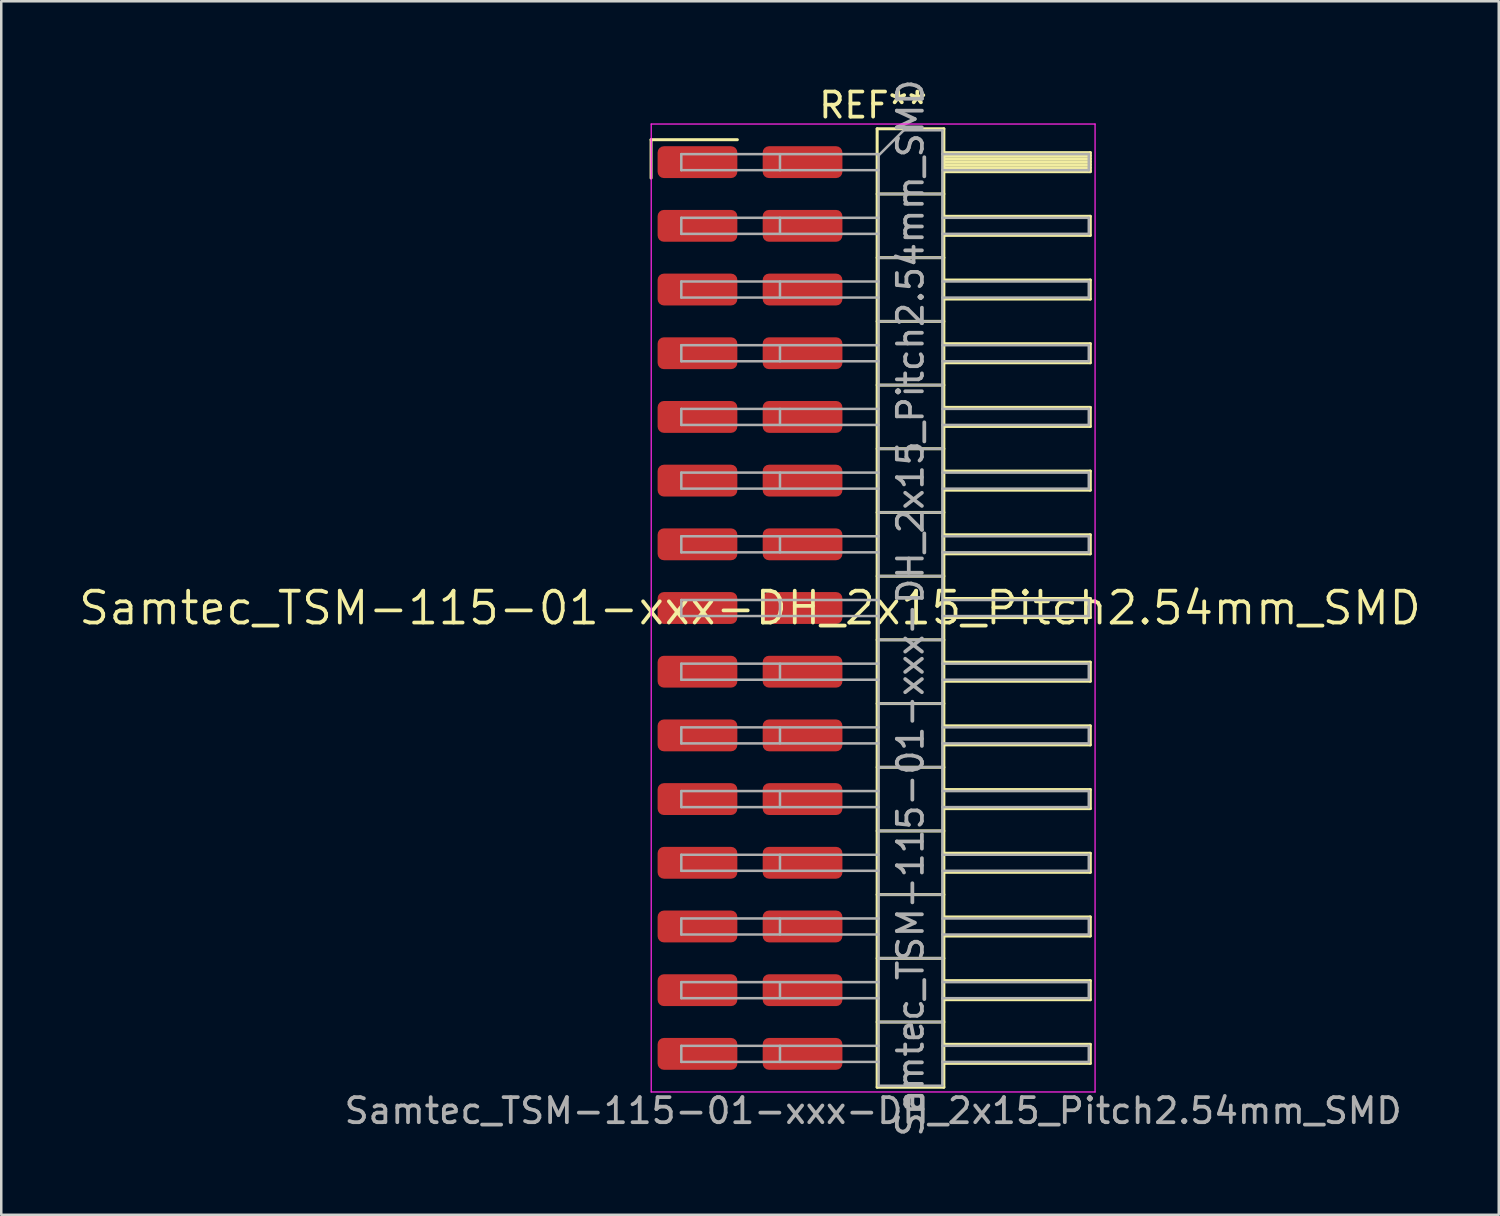
<source format=kicad_pcb>
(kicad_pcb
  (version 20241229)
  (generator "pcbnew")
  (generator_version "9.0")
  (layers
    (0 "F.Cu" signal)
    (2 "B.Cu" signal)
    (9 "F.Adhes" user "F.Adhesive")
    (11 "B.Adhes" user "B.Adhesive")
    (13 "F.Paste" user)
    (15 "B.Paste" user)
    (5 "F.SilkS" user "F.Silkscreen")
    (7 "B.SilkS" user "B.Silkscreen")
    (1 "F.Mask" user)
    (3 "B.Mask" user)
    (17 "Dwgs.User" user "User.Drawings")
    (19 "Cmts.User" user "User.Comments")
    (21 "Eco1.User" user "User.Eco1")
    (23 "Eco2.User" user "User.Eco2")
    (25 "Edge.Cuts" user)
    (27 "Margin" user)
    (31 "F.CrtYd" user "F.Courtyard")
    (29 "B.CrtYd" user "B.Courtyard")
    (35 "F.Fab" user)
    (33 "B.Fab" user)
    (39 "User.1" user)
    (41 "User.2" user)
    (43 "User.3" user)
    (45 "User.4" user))
  (footprint "Samtec_TSM-115-01-xxx-DH_2x15_Pitch2.54mm_SMD"
    (layer "F.Cu")
    (at 26.859 21.196)
    (property "Reference" "Samtec_TSM-115-01-xxx-DH_2x15_Pitch2.54mm_SMD" (at 0 0 0) (layer "F.SilkS") (effects (font (size 1.27 1.27) (thickness 0.15))))
    (attr smd)
    (fp_line (start -3.945 -18.675) (end -0.505 -18.675) (stroke (width 0.12) (type solid)) (layer "F.SilkS"))
    (fp_line (start -3.945 -17.145) (end -3.945 -18.675) (stroke (width 0.12) (type solid)) (layer "F.SilkS"))
    (fp_line (start 5.07 -19.11) (end 7.73 -19.11) (stroke (width 0.12) (type solid)) (layer "F.SilkS"))
    (fp_line (start 5.07 -16.51) (end 7.73 -16.51) (stroke (width 0.12) (type solid)) (layer "F.SilkS"))
    (fp_line (start 5.07 -13.97) (end 7.73 -13.97) (stroke (width 0.12) (type solid)) (layer "F.SilkS"))
    (fp_line (start 5.07 -11.43) (end 7.73 -11.43) (stroke (width 0.12) (type solid)) (layer "F.SilkS"))
    (fp_line (start 5.07 -8.89) (end 7.73 -8.89) (stroke (width 0.12) (type solid)) (layer "F.SilkS"))
    (fp_line (start 5.07 -6.35) (end 7.73 -6.35) (stroke (width 0.12) (type solid)) (layer "F.SilkS"))
    (fp_line (start 5.07 -3.81) (end 7.73 -3.81) (stroke (width 0.12) (type solid)) (layer "F.SilkS"))
    (fp_line (start 5.07 -1.27) (end 7.73 -1.27) (stroke (width 0.12) (type solid)) (layer "F.SilkS"))
    (fp_line (start 5.07 1.27) (end 7.73 1.27) (stroke (width 0.12) (type solid)) (layer "F.SilkS"))
    (fp_line (start 5.07 3.81) (end 7.73 3.81) (stroke (width 0.12) (type solid)) (layer "F.SilkS"))
    (fp_line (start 5.07 6.35) (end 7.73 6.35) (stroke (width 0.12) (type solid)) (layer "F.SilkS"))
    (fp_line (start 5.07 8.89) (end 7.73 8.89) (stroke (width 0.12) (type solid)) (layer "F.SilkS"))
    (fp_line (start 5.07 11.43) (end 7.73 11.43) (stroke (width 0.12) (type solid)) (layer "F.SilkS"))
    (fp_line (start 5.07 13.97) (end 7.73 13.97) (stroke (width 0.12) (type solid)) (layer "F.SilkS"))
    (fp_line (start 5.07 16.51) (end 7.73 16.51) (stroke (width 0.12) (type solid)) (layer "F.SilkS"))
    (fp_line (start 5.07 19.11) (end 5.07 -19.11) (stroke (width 0.12) (type solid)) (layer "F.SilkS"))
    (fp_line (start 7.73 -19.11) (end 7.73 19.11) (stroke (width 0.12) (type solid)) (layer "F.SilkS"))
    (fp_line (start 7.73 -18.16) (end 13.57 -18.16) (stroke (width 0.12) (type solid)) (layer "F.SilkS"))
    (fp_line (start 7.73 -18.04) (end 13.57 -18.04) (stroke (width 0.12) (type solid)) (layer "F.SilkS"))
    (fp_line (start 7.73 -17.92) (end 13.57 -17.92) (stroke (width 0.12) (type solid)) (layer "F.SilkS"))
    (fp_line (start 7.73 -17.8) (end 13.57 -17.8) (stroke (width 0.12) (type solid)) (layer "F.SilkS"))
    (fp_line (start 7.73 -17.68) (end 13.57 -17.68) (stroke (width 0.12) (type solid)) (layer "F.SilkS"))
    (fp_line (start 7.73 -17.56) (end 13.57 -17.56) (stroke (width 0.12) (type solid)) (layer "F.SilkS"))
    (fp_line (start 7.73 -17.44) (end 13.57 -17.44) (stroke (width 0.12) (type solid)) (layer "F.SilkS"))
    (fp_line (start 7.73 -17.4) (end 13.57 -17.4) (stroke (width 0.12) (type solid)) (layer "F.SilkS"))
    (fp_line (start 7.73 -15.62) (end 13.57 -15.62) (stroke (width 0.12) (type solid)) (layer "F.SilkS"))
    (fp_line (start 7.73 -14.86) (end 13.57 -14.86) (stroke (width 0.12) (type solid)) (layer "F.SilkS"))
    (fp_line (start 7.73 -13.08) (end 13.57 -13.08) (stroke (width 0.12) (type solid)) (layer "F.SilkS"))
    (fp_line (start 7.73 -12.32) (end 13.57 -12.32) (stroke (width 0.12) (type solid)) (layer "F.SilkS"))
    (fp_line (start 7.73 -10.54) (end 13.57 -10.54) (stroke (width 0.12) (type solid)) (layer "F.SilkS"))
    (fp_line (start 7.73 -9.78) (end 13.57 -9.78) (stroke (width 0.12) (type solid)) (layer "F.SilkS"))
    (fp_line (start 7.73 -8) (end 13.57 -8) (stroke (width 0.12) (type solid)) (layer "F.SilkS"))
    (fp_line (start 7.73 -7.24) (end 13.57 -7.24) (stroke (width 0.12) (type solid)) (layer "F.SilkS"))
    (fp_line (start 7.73 -5.46) (end 13.57 -5.46) (stroke (width 0.12) (type solid)) (layer "F.SilkS"))
    (fp_line (start 7.73 -4.7) (end 13.57 -4.7) (stroke (width 0.12) (type solid)) (layer "F.SilkS"))
    (fp_line (start 7.73 -2.92) (end 13.57 -2.92) (stroke (width 0.12) (type solid)) (layer "F.SilkS"))
    (fp_line (start 7.73 -2.16) (end 13.57 -2.16) (stroke (width 0.12) (type solid)) (layer "F.SilkS"))
    (fp_line (start 7.73 -0.38) (end 13.57 -0.38) (stroke (width 0.12) (type solid)) (layer "F.SilkS"))
    (fp_line (start 7.73 0.38) (end 13.57 0.38) (stroke (width 0.12) (type solid)) (layer "F.SilkS"))
    (fp_line (start 7.73 2.16) (end 13.57 2.16) (stroke (width 0.12) (type solid)) (layer "F.SilkS"))
    (fp_line (start 7.73 2.92) (end 13.57 2.92) (stroke (width 0.12) (type solid)) (layer "F.SilkS"))
    (fp_line (start 7.73 4.7) (end 13.57 4.7) (stroke (width 0.12) (type solid)) (layer "F.SilkS"))
    (fp_line (start 7.73 5.46) (end 13.57 5.46) (stroke (width 0.12) (type solid)) (layer "F.SilkS"))
    (fp_line (start 7.73 7.24) (end 13.57 7.24) (stroke (width 0.12) (type solid)) (layer "F.SilkS"))
    (fp_line (start 7.73 8) (end 13.57 8) (stroke (width 0.12) (type solid)) (layer "F.SilkS"))
    (fp_line (start 7.73 9.78) (end 13.57 9.78) (stroke (width 0.12) (type solid)) (layer "F.SilkS"))
    (fp_line (start 7.73 10.54) (end 13.57 10.54) (stroke (width 0.12) (type solid)) (layer "F.SilkS"))
    (fp_line (start 7.73 12.32) (end 13.57 12.32) (stroke (width 0.12) (type solid)) (layer "F.SilkS"))
    (fp_line (start 7.73 13.08) (end 13.57 13.08) (stroke (width 0.12) (type solid)) (layer "F.SilkS"))
    (fp_line (start 7.73 14.86) (end 13.57 14.86) (stroke (width 0.12) (type solid)) (layer "F.SilkS"))
    (fp_line (start 7.73 15.62) (end 13.57 15.62) (stroke (width 0.12) (type solid)) (layer "F.SilkS"))
    (fp_line (start 7.73 17.4) (end 13.57 17.4) (stroke (width 0.12) (type solid)) (layer "F.SilkS"))
    (fp_line (start 7.73 18.16) (end 13.57 18.16) (stroke (width 0.12) (type solid)) (layer "F.SilkS"))
    (fp_line (start 7.73 19.11) (end 5.07 19.11) (stroke (width 0.12) (type solid)) (layer "F.SilkS"))
    (fp_line (start 13.57 -18.16) (end 13.57 -17.4) (stroke (width 0.12) (type solid)) (layer "F.SilkS"))
    (fp_line (start 13.57 -15.62) (end 13.57 -14.86) (stroke (width 0.12) (type solid)) (layer "F.SilkS"))
    (fp_line (start 13.57 -13.08) (end 13.57 -12.32) (stroke (width 0.12) (type solid)) (layer "F.SilkS"))
    (fp_line (start 13.57 -10.54) (end 13.57 -9.78) (stroke (width 0.12) (type solid)) (layer "F.SilkS"))
    (fp_line (start 13.57 -8) (end 13.57 -7.24) (stroke (width 0.12) (type solid)) (layer "F.SilkS"))
    (fp_line (start 13.57 -5.46) (end 13.57 -4.7) (stroke (width 0.12) (type solid)) (layer "F.SilkS"))
    (fp_line (start 13.57 -2.92) (end 13.57 -2.16) (stroke (width 0.12) (type solid)) (layer "F.SilkS"))
    (fp_line (start 13.57 -0.38) (end 13.57 0.38) (stroke (width 0.12) (type solid)) (layer "F.SilkS"))
    (fp_line (start 13.57 2.16) (end 13.57 2.92) (stroke (width 0.12) (type solid)) (layer "F.SilkS"))
    (fp_line (start 13.57 4.7) (end 13.57 5.46) (stroke (width 0.12) (type solid)) (layer "F.SilkS"))
    (fp_line (start 13.57 7.24) (end 13.57 8) (stroke (width 0.12) (type solid)) (layer "F.SilkS"))
    (fp_line (start 13.57 9.78) (end 13.57 10.54) (stroke (width 0.12) (type solid)) (layer "F.SilkS"))
    (fp_line (start 13.57 12.32) (end 13.57 13.08) (stroke (width 0.12) (type solid)) (layer "F.SilkS"))
    (fp_line (start 13.57 14.86) (end 13.57 15.62) (stroke (width 0.12) (type solid)) (layer "F.SilkS"))
    (fp_line (start 13.57 17.4) (end 13.57 18.16) (stroke (width 0.12) (type solid)) (layer "F.SilkS"))
    (fp_line (start -3.94 -19.3) (end 13.76 -19.3) (stroke (width 0.05) (type solid)) (layer "F.CrtYd"))
    (fp_line (start -3.94 19.3) (end -3.94 -19.3) (stroke (width 0.05) (type solid)) (layer "F.CrtYd"))
    (fp_line (start 13.76 -19.3) (end 13.76 19.3) (stroke (width 0.05) (type solid)) (layer "F.CrtYd"))
    (fp_line (start 13.76 19.3) (end -3.94 19.3) (stroke (width 0.05) (type solid)) (layer "F.CrtYd"))
    (fp_line (start -2.74 -18.1) (end -2.74 -17.46) (stroke (width 0.1) (type solid)) (layer "F.Fab"))
    (fp_line (start -2.74 -18.1) (end 5.13 -18.1) (stroke (width 0.1) (type solid)) (layer "F.Fab"))
    (fp_line (start -2.74 -17.46) (end 5.13 -17.46) (stroke (width 0.1) (type solid)) (layer "F.Fab"))
    (fp_line (start -2.74 -15.56) (end -2.74 -14.92) (stroke (width 0.1) (type solid)) (layer "F.Fab"))
    (fp_line (start -2.74 -15.56) (end 5.13 -15.56) (stroke (width 0.1) (type solid)) (layer "F.Fab"))
    (fp_line (start -2.74 -14.92) (end 5.13 -14.92) (stroke (width 0.1) (type solid)) (layer "F.Fab"))
    (fp_line (start -2.74 -13.02) (end -2.74 -12.38) (stroke (width 0.1) (type solid)) (layer "F.Fab"))
    (fp_line (start -2.74 -13.02) (end 5.13 -13.02) (stroke (width 0.1) (type solid)) (layer "F.Fab"))
    (fp_line (start -2.74 -12.38) (end 5.13 -12.38) (stroke (width 0.1) (type solid)) (layer "F.Fab"))
    (fp_line (start -2.74 -10.48) (end -2.74 -9.84) (stroke (width 0.1) (type solid)) (layer "F.Fab"))
    (fp_line (start -2.74 -10.48) (end 5.13 -10.48) (stroke (width 0.1) (type solid)) (layer "F.Fab"))
    (fp_line (start -2.74 -9.84) (end 5.13 -9.84) (stroke (width 0.1) (type solid)) (layer "F.Fab"))
    (fp_line (start -2.74 -7.94) (end -2.74 -7.3) (stroke (width 0.1) (type solid)) (layer "F.Fab"))
    (fp_line (start -2.74 -7.94) (end 5.13 -7.94) (stroke (width 0.1) (type solid)) (layer "F.Fab"))
    (fp_line (start -2.74 -7.3) (end 5.13 -7.3) (stroke (width 0.1) (type solid)) (layer "F.Fab"))
    (fp_line (start -2.74 -5.4) (end -2.74 -4.76) (stroke (width 0.1) (type solid)) (layer "F.Fab"))
    (fp_line (start -2.74 -5.4) (end 5.13 -5.4) (stroke (width 0.1) (type solid)) (layer "F.Fab"))
    (fp_line (start -2.74 -4.76) (end 5.13 -4.76) (stroke (width 0.1) (type solid)) (layer "F.Fab"))
    (fp_line (start -2.74 -2.86) (end -2.74 -2.22) (stroke (width 0.1) (type solid)) (layer "F.Fab"))
    (fp_line (start -2.74 -2.86) (end 5.13 -2.86) (stroke (width 0.1) (type solid)) (layer "F.Fab"))
    (fp_line (start -2.74 -2.22) (end 5.13 -2.22) (stroke (width 0.1) (type solid)) (layer "F.Fab"))
    (fp_line (start -2.74 -0.32) (end -2.74 0.32) (stroke (width 0.1) (type solid)) (layer "F.Fab"))
    (fp_line (start -2.74 -0.32) (end 5.13 -0.32) (stroke (width 0.1) (type solid)) (layer "F.Fab"))
    (fp_line (start -2.74 0.32) (end 5.13 0.32) (stroke (width 0.1) (type solid)) (layer "F.Fab"))
    (fp_line (start -2.74 2.22) (end -2.74 2.86) (stroke (width 0.1) (type solid)) (layer "F.Fab"))
    (fp_line (start -2.74 2.22) (end 5.13 2.22) (stroke (width 0.1) (type solid)) (layer "F.Fab"))
    (fp_line (start -2.74 2.86) (end 5.13 2.86) (stroke (width 0.1) (type solid)) (layer "F.Fab"))
    (fp_line (start -2.74 4.76) (end -2.74 5.4) (stroke (width 0.1) (type solid)) (layer "F.Fab"))
    (fp_line (start -2.74 4.76) (end 5.13 4.76) (stroke (width 0.1) (type solid)) (layer "F.Fab"))
    (fp_line (start -2.74 5.4) (end 5.13 5.4) (stroke (width 0.1) (type solid)) (layer "F.Fab"))
    (fp_line (start -2.74 7.3) (end -2.74 7.94) (stroke (width 0.1) (type solid)) (layer "F.Fab"))
    (fp_line (start -2.74 7.3) (end 5.13 7.3) (stroke (width 0.1) (type solid)) (layer "F.Fab"))
    (fp_line (start -2.74 7.94) (end 5.13 7.94) (stroke (width 0.1) (type solid)) (layer "F.Fab"))
    (fp_line (start -2.74 9.84) (end -2.74 10.48) (stroke (width 0.1) (type solid)) (layer "F.Fab"))
    (fp_line (start -2.74 9.84) (end 5.13 9.84) (stroke (width 0.1) (type solid)) (layer "F.Fab"))
    (fp_line (start -2.74 10.48) (end 5.13 10.48) (stroke (width 0.1) (type solid)) (layer "F.Fab"))
    (fp_line (start -2.74 12.38) (end -2.74 13.02) (stroke (width 0.1) (type solid)) (layer "F.Fab"))
    (fp_line (start -2.74 12.38) (end 5.13 12.38) (stroke (width 0.1) (type solid)) (layer "F.Fab"))
    (fp_line (start -2.74 13.02) (end 5.13 13.02) (stroke (width 0.1) (type solid)) (layer "F.Fab"))
    (fp_line (start -2.74 14.92) (end -2.74 15.56) (stroke (width 0.1) (type solid)) (layer "F.Fab"))
    (fp_line (start -2.74 14.92) (end 5.13 14.92) (stroke (width 0.1) (type solid)) (layer "F.Fab"))
    (fp_line (start -2.74 15.56) (end 5.13 15.56) (stroke (width 0.1) (type solid)) (layer "F.Fab"))
    (fp_line (start -2.74 17.46) (end -2.74 18.1) (stroke (width 0.1) (type solid)) (layer "F.Fab"))
    (fp_line (start -2.74 17.46) (end 5.13 17.46) (stroke (width 0.1) (type solid)) (layer "F.Fab"))
    (fp_line (start -2.74 18.1) (end 5.13 18.1) (stroke (width 0.1) (type solid)) (layer "F.Fab"))
    (fp_line (start 1.195 -18.1) (end 1.195 -17.46) (stroke (width 0.1) (type solid)) (layer "F.Fab"))
    (fp_line (start 1.195 -15.56) (end 1.195 -14.92) (stroke (width 0.1) (type solid)) (layer "F.Fab"))
    (fp_line (start 1.195 -13.02) (end 1.195 -12.38) (stroke (width 0.1) (type solid)) (layer "F.Fab"))
    (fp_line (start 1.195 -10.48) (end 1.195 -9.84) (stroke (width 0.1) (type solid)) (layer "F.Fab"))
    (fp_line (start 1.195 -7.94) (end 1.195 -7.3) (stroke (width 0.1) (type solid)) (layer "F.Fab"))
    (fp_line (start 1.195 -5.4) (end 1.195 -4.76) (stroke (width 0.1) (type solid)) (layer "F.Fab"))
    (fp_line (start 1.195 -2.86) (end 1.195 -2.22) (stroke (width 0.1) (type solid)) (layer "F.Fab"))
    (fp_line (start 1.195 -0.32) (end 1.195 0.32) (stroke (width 0.1) (type solid)) (layer "F.Fab"))
    (fp_line (start 1.195 2.22) (end 1.195 2.86) (stroke (width 0.1) (type solid)) (layer "F.Fab"))
    (fp_line (start 1.195 4.76) (end 1.195 5.4) (stroke (width 0.1) (type solid)) (layer "F.Fab"))
    (fp_line (start 1.195 7.3) (end 1.195 7.94) (stroke (width 0.1) (type solid)) (layer "F.Fab"))
    (fp_line (start 1.195 9.84) (end 1.195 10.48) (stroke (width 0.1) (type solid)) (layer "F.Fab"))
    (fp_line (start 1.195 12.38) (end 1.195 13.02) (stroke (width 0.1) (type solid)) (layer "F.Fab"))
    (fp_line (start 1.195 14.92) (end 1.195 15.56) (stroke (width 0.1) (type solid)) (layer "F.Fab"))
    (fp_line (start 1.195 17.46) (end 1.195 18.1) (stroke (width 0.1) (type solid)) (layer "F.Fab"))
    (fp_line (start 5.13 -18.05) (end 6.13 -19.05) (stroke (width 0.1) (type solid)) (layer "F.Fab"))
    (fp_line (start 5.13 -16.51) (end 7.67 -16.51) (stroke (width 0.1) (type solid)) (layer "F.Fab"))
    (fp_line (start 5.13 -13.97) (end 7.67 -13.97) (stroke (width 0.1) (type solid)) (layer "F.Fab"))
    (fp_line (start 5.13 -11.43) (end 7.67 -11.43) (stroke (width 0.1) (type solid)) (layer "F.Fab"))
    (fp_line (start 5.13 -8.89) (end 7.67 -8.89) (stroke (width 0.1) (type solid)) (layer "F.Fab"))
    (fp_line (start 5.13 -6.35) (end 7.67 -6.35) (stroke (width 0.1) (type solid)) (layer "F.Fab"))
    (fp_line (start 5.13 -3.81) (end 7.67 -3.81) (stroke (width 0.1) (type solid)) (layer "F.Fab"))
    (fp_line (start 5.13 -1.27) (end 7.67 -1.27) (stroke (width 0.1) (type solid)) (layer "F.Fab"))
    (fp_line (start 5.13 1.27) (end 7.67 1.27) (stroke (width 0.1) (type solid)) (layer "F.Fab"))
    (fp_line (start 5.13 3.81) (end 7.67 3.81) (stroke (width 0.1) (type solid)) (layer "F.Fab"))
    (fp_line (start 5.13 6.35) (end 7.67 6.35) (stroke (width 0.1) (type solid)) (layer "F.Fab"))
    (fp_line (start 5.13 8.89) (end 7.67 8.89) (stroke (width 0.1) (type solid)) (layer "F.Fab"))
    (fp_line (start 5.13 11.43) (end 7.67 11.43) (stroke (width 0.1) (type solid)) (layer "F.Fab"))
    (fp_line (start 5.13 13.97) (end 7.67 13.97) (stroke (width 0.1) (type solid)) (layer "F.Fab"))
    (fp_line (start 5.13 16.51) (end 7.67 16.51) (stroke (width 0.1) (type solid)) (layer "F.Fab"))
    (fp_line (start 5.13 19.05) (end 5.13 -18.05) (stroke (width 0.1) (type solid)) (layer "F.Fab"))
    (fp_line (start 6.13 -19.05) (end 7.67 -19.05) (stroke (width 0.1) (type solid)) (layer "F.Fab"))
    (fp_line (start 7.67 -19.05) (end 7.67 19.05) (stroke (width 0.1) (type solid)) (layer "F.Fab"))
    (fp_line (start 7.67 -18.1) (end 13.51 -18.1) (stroke (width 0.1) (type solid)) (layer "F.Fab"))
    (fp_line (start 7.67 -17.46) (end 13.51 -17.46) (stroke (width 0.1) (type solid)) (layer "F.Fab"))
    (fp_line (start 7.67 -15.56) (end 13.51 -15.56) (stroke (width 0.1) (type solid)) (layer "F.Fab"))
    (fp_line (start 7.67 -14.92) (end 13.51 -14.92) (stroke (width 0.1) (type solid)) (layer "F.Fab"))
    (fp_line (start 7.67 -13.02) (end 13.51 -13.02) (stroke (width 0.1) (type solid)) (layer "F.Fab"))
    (fp_line (start 7.67 -12.38) (end 13.51 -12.38) (stroke (width 0.1) (type solid)) (layer "F.Fab"))
    (fp_line (start 7.67 -10.48) (end 13.51 -10.48) (stroke (width 0.1) (type solid)) (layer "F.Fab"))
    (fp_line (start 7.67 -9.84) (end 13.51 -9.84) (stroke (width 0.1) (type solid)) (layer "F.Fab"))
    (fp_line (start 7.67 -7.94) (end 13.51 -7.94) (stroke (width 0.1) (type solid)) (layer "F.Fab"))
    (fp_line (start 7.67 -7.3) (end 13.51 -7.3) (stroke (width 0.1) (type solid)) (layer "F.Fab"))
    (fp_line (start 7.67 -5.4) (end 13.51 -5.4) (stroke (width 0.1) (type solid)) (layer "F.Fab"))
    (fp_line (start 7.67 -4.76) (end 13.51 -4.76) (stroke (width 0.1) (type solid)) (layer "F.Fab"))
    (fp_line (start 7.67 -2.86) (end 13.51 -2.86) (stroke (width 0.1) (type solid)) (layer "F.Fab"))
    (fp_line (start 7.67 -2.22) (end 13.51 -2.22) (stroke (width 0.1) (type solid)) (layer "F.Fab"))
    (fp_line (start 7.67 -0.32) (end 13.51 -0.32) (stroke (width 0.1) (type solid)) (layer "F.Fab"))
    (fp_line (start 7.67 0.32) (end 13.51 0.32) (stroke (width 0.1) (type solid)) (layer "F.Fab"))
    (fp_line (start 7.67 2.22) (end 13.51 2.22) (stroke (width 0.1) (type solid)) (layer "F.Fab"))
    (fp_line (start 7.67 2.86) (end 13.51 2.86) (stroke (width 0.1) (type solid)) (layer "F.Fab"))
    (fp_line (start 7.67 4.76) (end 13.51 4.76) (stroke (width 0.1) (type solid)) (layer "F.Fab"))
    (fp_line (start 7.67 5.4) (end 13.51 5.4) (stroke (width 0.1) (type solid)) (layer "F.Fab"))
    (fp_line (start 7.67 7.3) (end 13.51 7.3) (stroke (width 0.1) (type solid)) (layer "F.Fab"))
    (fp_line (start 7.67 7.94) (end 13.51 7.94) (stroke (width 0.1) (type solid)) (layer "F.Fab"))
    (fp_line (start 7.67 9.84) (end 13.51 9.84) (stroke (width 0.1) (type solid)) (layer "F.Fab"))
    (fp_line (start 7.67 10.48) (end 13.51 10.48) (stroke (width 0.1) (type solid)) (layer "F.Fab"))
    (fp_line (start 7.67 12.38) (end 13.51 12.38) (stroke (width 0.1) (type solid)) (layer "F.Fab"))
    (fp_line (start 7.67 13.02) (end 13.51 13.02) (stroke (width 0.1) (type solid)) (layer "F.Fab"))
    (fp_line (start 7.67 14.92) (end 13.51 14.92) (stroke (width 0.1) (type solid)) (layer "F.Fab"))
    (fp_line (start 7.67 15.56) (end 13.51 15.56) (stroke (width 0.1) (type solid)) (layer "F.Fab"))
    (fp_line (start 7.67 17.46) (end 13.51 17.46) (stroke (width 0.1) (type solid)) (layer "F.Fab"))
    (fp_line (start 7.67 18.1) (end 13.51 18.1) (stroke (width 0.1) (type solid)) (layer "F.Fab"))
    (fp_line (start 7.67 19.05) (end 5.13 19.05) (stroke (width 0.1) (type solid)) (layer "F.Fab"))
    (fp_line (start 13.51 -18.1) (end 13.51 -17.46) (stroke (width 0.1) (type solid)) (layer "F.Fab"))
    (fp_line (start 13.51 -15.56) (end 13.51 -14.92) (stroke (width 0.1) (type solid)) (layer "F.Fab"))
    (fp_line (start 13.51 -13.02) (end 13.51 -12.38) (stroke (width 0.1) (type solid)) (layer "F.Fab"))
    (fp_line (start 13.51 -10.48) (end 13.51 -9.84) (stroke (width 0.1) (type solid)) (layer "F.Fab"))
    (fp_line (start 13.51 -7.94) (end 13.51 -7.3) (stroke (width 0.1) (type solid)) (layer "F.Fab"))
    (fp_line (start 13.51 -5.4) (end 13.51 -4.76) (stroke (width 0.1) (type solid)) (layer "F.Fab"))
    (fp_line (start 13.51 -2.86) (end 13.51 -2.22) (stroke (width 0.1) (type solid)) (layer "F.Fab"))
    (fp_line (start 13.51 -0.32) (end 13.51 0.32) (stroke (width 0.1) (type solid)) (layer "F.Fab"))
    (fp_line (start 13.51 2.22) (end 13.51 2.86) (stroke (width 0.1) (type solid)) (layer "F.Fab"))
    (fp_line (start 13.51 4.76) (end 13.51 5.4) (stroke (width 0.1) (type solid)) (layer "F.Fab"))
    (fp_line (start 13.51 7.3) (end 13.51 7.94) (stroke (width 0.1) (type solid)) (layer "F.Fab"))
    (fp_line (start 13.51 9.84) (end 13.51 10.48) (stroke (width 0.1) (type solid)) (layer "F.Fab"))
    (fp_line (start 13.51 12.38) (end 13.51 13.02) (stroke (width 0.1) (type solid)) (layer "F.Fab"))
    (fp_line (start 13.51 14.92) (end 13.51 15.56) (stroke (width 0.1) (type solid)) (layer "F.Fab"))
    (fp_line (start 13.51 17.46) (end 13.51 18.1) (stroke (width 0.1) (type solid)) (layer "F.Fab"))
    (fp_text user "REF**" (at 4.91 -20.05 0) (layer "F.SilkS") (effects (font (size 1 1) (thickness 0.15))))
    (fp_text user "${REFERENCE}" (at 6.4 0 90) (layer "F.Fab") (effects (font (size 1 1) (thickness 0.15))))
    (fp_text user "Samtec_TSM-115-01-xxx-DH_2x15_Pitch2.54mm_SMD" (at 4.91 20.05 0) (layer "F.Fab") (effects (font (size 1 1) (thickness 0.15))))
    (pad "1" smd roundrect (at -2.095 -17.78) (size 3.18 1.27) (layers "F.Cu" "F.Mask" "F.Paste") (roundrect_rratio 0.197))
    (pad "2" smd roundrect (at 2.095 -17.78) (size 3.18 1.27) (layers "F.Cu" "F.Mask" "F.Paste") (roundrect_rratio 0.197))
    (pad "3" smd roundrect (at -2.095 -15.24) (size 3.18 1.27) (layers "F.Cu" "F.Mask" "F.Paste") (roundrect_rratio 0.197))
    (pad "4" smd roundrect (at 2.095 -15.24) (size 3.18 1.27) (layers "F.Cu" "F.Mask" "F.Paste") (roundrect_rratio 0.197))
    (pad "5" smd roundrect (at -2.095 -12.7) (size 3.18 1.27) (layers "F.Cu" "F.Mask" "F.Paste") (roundrect_rratio 0.197))
    (pad "6" smd roundrect (at 2.095 -12.7) (size 3.18 1.27) (layers "F.Cu" "F.Mask" "F.Paste") (roundrect_rratio 0.197))
    (pad "7" smd roundrect (at -2.095 -10.16) (size 3.18 1.27) (layers "F.Cu" "F.Mask" "F.Paste") (roundrect_rratio 0.197))
    (pad "8" smd roundrect (at 2.095 -10.16) (size 3.18 1.27) (layers "F.Cu" "F.Mask" "F.Paste") (roundrect_rratio 0.197))
    (pad "9" smd roundrect (at -2.095 -7.62) (size 3.18 1.27) (layers "F.Cu" "F.Mask" "F.Paste") (roundrect_rratio 0.197))
    (pad "10" smd roundrect (at 2.095 -7.62) (size 3.18 1.27) (layers "F.Cu" "F.Mask" "F.Paste") (roundrect_rratio 0.197))
    (pad "11" smd roundrect (at -2.095 -5.08) (size 3.18 1.27) (layers "F.Cu" "F.Mask" "F.Paste") (roundrect_rratio 0.197))
    (pad "12" smd roundrect (at 2.095 -5.08) (size 3.18 1.27) (layers "F.Cu" "F.Mask" "F.Paste") (roundrect_rratio 0.197))
    (pad "13" smd roundrect (at -2.095 -2.54) (size 3.18 1.27) (layers "F.Cu" "F.Mask" "F.Paste") (roundrect_rratio 0.197))
    (pad "14" smd roundrect (at 2.095 -2.54) (size 3.18 1.27) (layers "F.Cu" "F.Mask" "F.Paste") (roundrect_rratio 0.197))
    (pad "15" smd roundrect (at -2.095 0) (size 3.18 1.27) (layers "F.Cu" "F.Mask" "F.Paste") (roundrect_rratio 0.197))
    (pad "16" smd roundrect (at 2.095 0) (size 3.18 1.27) (layers "F.Cu" "F.Mask" "F.Paste") (roundrect_rratio 0.197))
    (pad "17" smd roundrect (at -2.095 2.54) (size 3.18 1.27) (layers "F.Cu" "F.Mask" "F.Paste") (roundrect_rratio 0.197))
    (pad "18" smd roundrect (at 2.095 2.54) (size 3.18 1.27) (layers "F.Cu" "F.Mask" "F.Paste") (roundrect_rratio 0.197))
    (pad "19" smd roundrect (at -2.095 5.08) (size 3.18 1.27) (layers "F.Cu" "F.Mask" "F.Paste") (roundrect_rratio 0.197))
    (pad "20" smd roundrect (at 2.095 5.08) (size 3.18 1.27) (layers "F.Cu" "F.Mask" "F.Paste") (roundrect_rratio 0.197))
    (pad "21" smd roundrect (at -2.095 7.62) (size 3.18 1.27) (layers "F.Cu" "F.Mask" "F.Paste") (roundrect_rratio 0.197))
    (pad "22" smd roundrect (at 2.095 7.62) (size 3.18 1.27) (layers "F.Cu" "F.Mask" "F.Paste") (roundrect_rratio 0.197))
    (pad "23" smd roundrect (at -2.095 10.16) (size 3.18 1.27) (layers "F.Cu" "F.Mask" "F.Paste") (roundrect_rratio 0.197))
    (pad "24" smd roundrect (at 2.095 10.16) (size 3.18 1.27) (layers "F.Cu" "F.Mask" "F.Paste") (roundrect_rratio 0.197))
    (pad "25" smd roundrect (at -2.095 12.7) (size 3.18 1.27) (layers "F.Cu" "F.Mask" "F.Paste") (roundrect_rratio 0.197))
    (pad "26" smd roundrect (at 2.095 12.7) (size 3.18 1.27) (layers "F.Cu" "F.Mask" "F.Paste") (roundrect_rratio 0.197))
    (pad "27" smd roundrect (at -2.095 15.24) (size 3.18 1.27) (layers "F.Cu" "F.Mask" "F.Paste") (roundrect_rratio 0.197))
    (pad "28" smd roundrect (at 2.095 15.24) (size 3.18 1.27) (layers "F.Cu" "F.Mask" "F.Paste") (roundrect_rratio 0.197))
    (pad "29" smd roundrect (at -2.095 17.78) (size 3.18 1.27) (layers "F.Cu" "F.Mask" "F.Paste") (roundrect_rratio 0.197))
    (pad "30" smd roundrect (at 2.095 17.78) (size 3.18 1.27) (layers "F.Cu" "F.Mask" "F.Paste") (roundrect_rratio 0.197)))
  (gr_rect
    (start -3 -3)
    (end 56.717 45.393)
    (stroke (width 0.1) (type default))
    (fill no)
    (layer "Edge.Cuts")))
</source>
